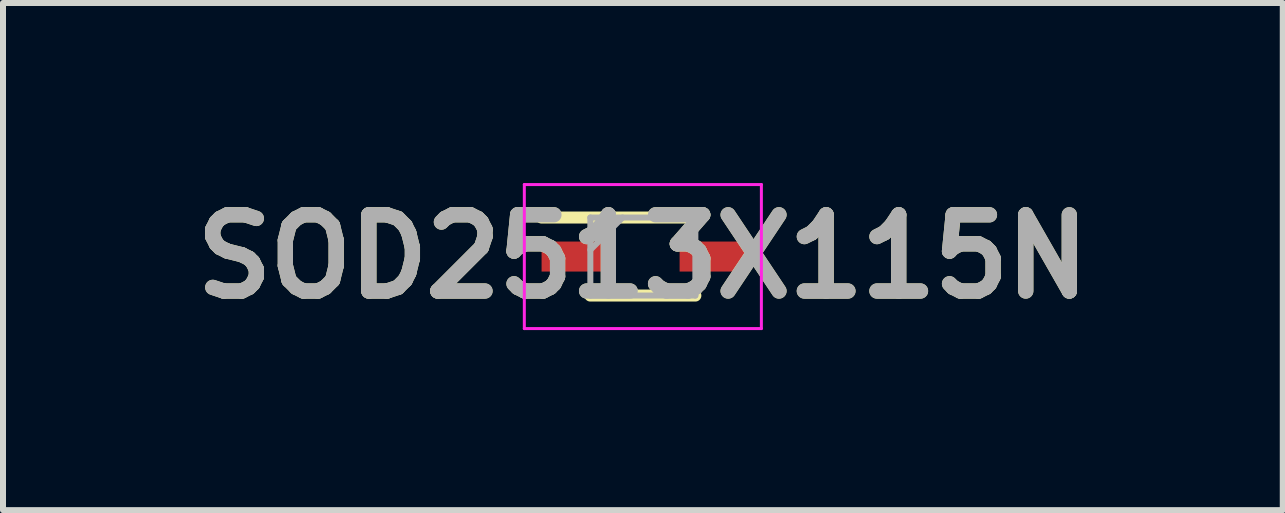
<source format=kicad_pcb>
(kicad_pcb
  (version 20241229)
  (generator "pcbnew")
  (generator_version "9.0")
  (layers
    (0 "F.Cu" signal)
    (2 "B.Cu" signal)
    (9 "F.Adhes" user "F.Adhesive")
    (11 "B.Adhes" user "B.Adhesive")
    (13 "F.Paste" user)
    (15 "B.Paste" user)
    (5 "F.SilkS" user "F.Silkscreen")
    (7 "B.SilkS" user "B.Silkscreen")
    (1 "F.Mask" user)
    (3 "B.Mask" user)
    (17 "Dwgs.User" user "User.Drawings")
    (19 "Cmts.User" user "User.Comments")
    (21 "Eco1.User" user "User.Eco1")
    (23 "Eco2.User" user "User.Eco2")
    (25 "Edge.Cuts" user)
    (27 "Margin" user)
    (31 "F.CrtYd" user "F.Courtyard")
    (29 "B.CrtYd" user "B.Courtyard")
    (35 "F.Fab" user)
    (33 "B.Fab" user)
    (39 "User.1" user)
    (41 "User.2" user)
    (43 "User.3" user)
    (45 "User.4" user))
  (footprint "SOD2513X115N"
    (layer "F.Cu")
    (at 7.662 1.225)
    (property "Reference" "SOD2513X115N" (at 0 0 0) (layer "F.SilkS") (effects (font (size 1.27 1.27) (thickness 0.254))))
    (attr smd)
    (fp_line (start -1.688 -0.65) (end 0.875 -0.65) (stroke (width 0.2) (type solid)) (layer "F.SilkS"))
    (fp_line (start -0.875 0.65) (end 0.875 0.65) (stroke (width 0.2) (type solid)) (layer "F.SilkS"))
    (fp_line (start -1.975 -1.2) (end 1.975 -1.2) (stroke (width 0.05) (type solid)) (layer "F.CrtYd"))
    (fp_line (start -1.975 1.2) (end -1.975 -1.2) (stroke (width 0.05) (type solid)) (layer "F.CrtYd"))
    (fp_line (start 1.975 -1.2) (end 1.975 1.2) (stroke (width 0.05) (type solid)) (layer "F.CrtYd"))
    (fp_line (start 1.975 1.2) (end -1.975 1.2) (stroke (width 0.05) (type solid)) (layer "F.CrtYd"))
    (fp_line (start -0.875 -0.65) (end 0.875 -0.65) (stroke (width 0.1) (type solid)) (layer "F.Fab"))
    (fp_line (start -0.875 -0.112) (end -0.338 -0.65) (stroke (width 0.1) (type solid)) (layer "F.Fab"))
    (fp_line (start -0.875 0.65) (end -0.875 -0.65) (stroke (width 0.1) (type solid)) (layer "F.Fab"))
    (fp_line (start 0.875 -0.65) (end 0.875 0.65) (stroke (width 0.1) (type solid)) (layer "F.Fab"))
    (fp_line (start 0.875 0.65) (end -0.875 0.65) (stroke (width 0.1) (type solid)) (layer "F.Fab"))
    (fp_text user "${REFERENCE}" (at 0 0 0) (layer "F.Fab") (effects (font (size 1.27 1.27) (thickness 0.254))))
    (pad "1" smd rect (at -1.15 0 90) (size 0.5 1.075) (layers "F.Cu" "F.Mask" "F.Paste"))
    (pad "2" smd rect (at 1.15 0 90) (size 0.5 1.075) (layers "F.Cu" "F.Mask" "F.Paste")))
  (gr_rect
    (start -3 -3)
    (end 18.325 5.45)
    (stroke (width 0.1) (type default))
    (fill no)
    (layer "Edge.Cuts")))
</source>
